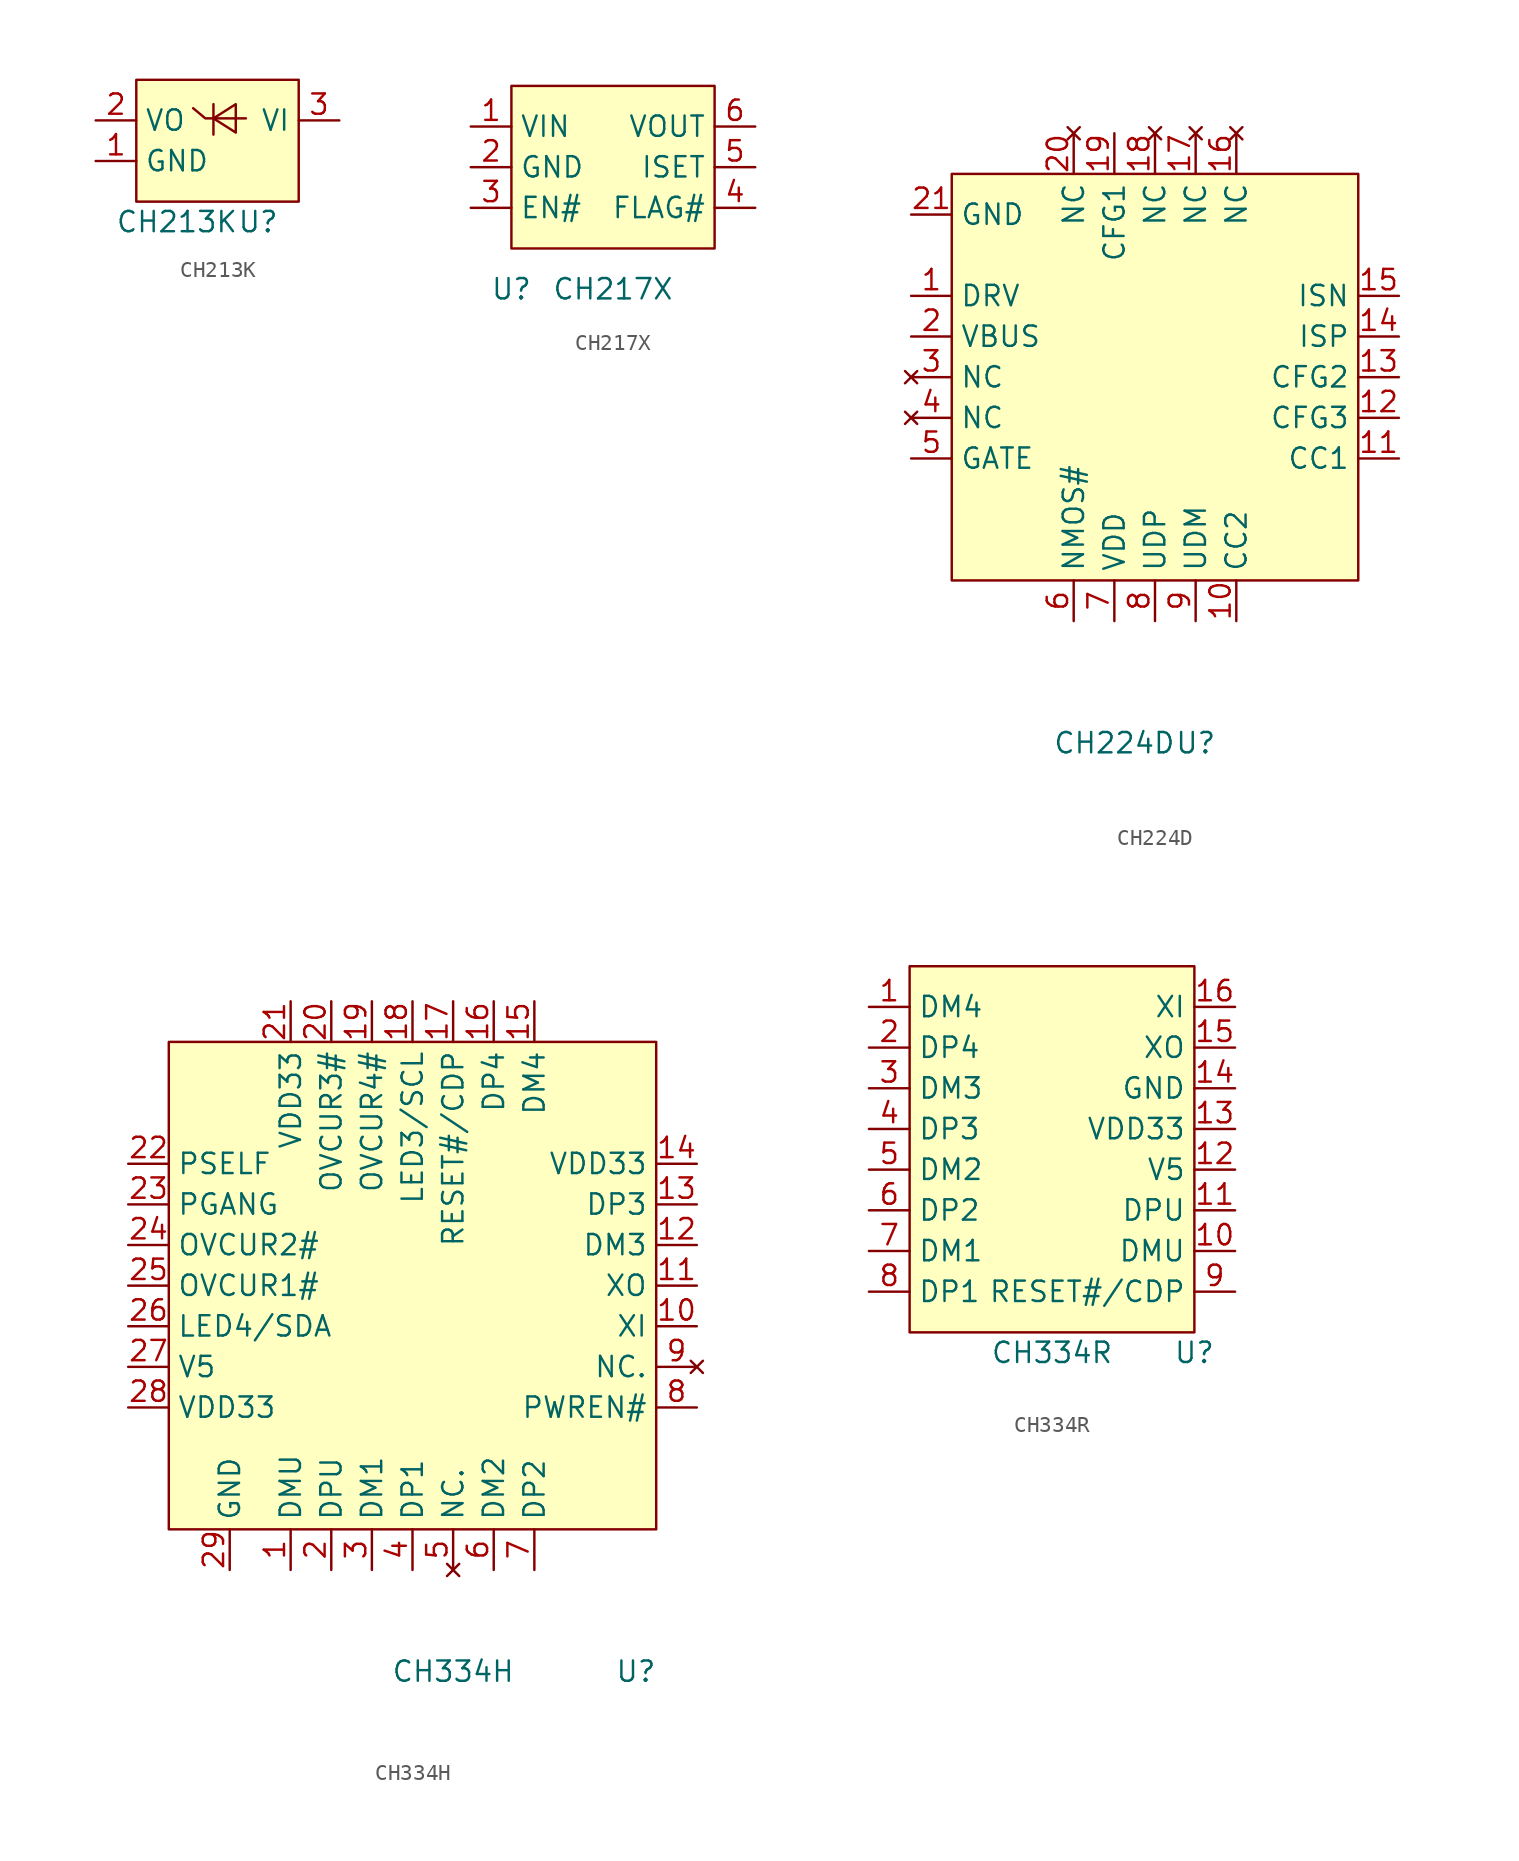
<source format=kicad_sym>
(kicad_symbol_lib
  (version 20220914)
  (generator kicad_symbol_editor)
  (symbol "CH213K"
    (property "Reference" "U"
      (at 2.54 -5.08 0)
      (effects (font (size 1.27 1.27))))
    (property "Value" "CH213K"
      (at -2.54 -5.08 0)
      (effects (font (size 1.27 1.27))))
    (symbol "CH213K_0_1"
      (polyline (pts (xy -0.254 2.286) (xy -0.254 0.381)) (stroke (width 0) (type default)) (fill (type none)))
      (polyline (pts (xy 1.778 1.397) (xy -0.762 1.397) (xy -1.524 2.032)) (stroke (width 0) (type default)) (fill (type none)))
      (polyline (pts (xy 1.143 2.286) (xy 1.143 0.508) (xy -0.254 1.397) (xy 1.143 2.286)) (stroke (width 0) (type default)) (fill (type none))))
    (symbol "CH213K_1_1"
      (rectangle (start -5.08 3.81) (end 5.08 -3.81) (stroke (width 0) (type default)) (fill (type background)))
      (pin power_in line (at -7.62 -1.27 0) (length 2.54) (name "GND" (effects (font (size 1.27 1.27)))) (number "1" (effects (font (size 1.27 1.27)))))
      (pin power_out line (at -7.62 1.27 0) (length 2.54) (name "VO" (effects (font (size 1.27 1.27)))) (number "2" (effects (font (size 1.27 1.27)))))
      (pin power_in line (at 7.62 1.27 180) (length 2.54) (name "VI" (effects (font (size 1.27 1.27)))) (number "3" (effects (font (size 1.27 1.27)))))))
  (symbol "CH217X"
    (property "Reference" "U"
      (at -6.35 0 0)
      (effects (font (size 1.27 1.27))))
    (property "Value" "CH217X"
      (at 0 0 0)
      (effects (font (size 1.27 1.27))))
    (symbol "CH217X_0_1"
      (rectangle (start -6.35 12.7) (end 6.35 2.54) (stroke (width 0) (type default)) (fill (type background))))
    (symbol "CH217X_1_1"
      (pin power_in line (at -8.89 10.16 0) (length 2.54) (name "VIN" (effects (font (size 1.27 1.27)))) (number "1" (effects (font (size 1.27 1.27)))))
      (pin power_in line (at -8.89 7.62 0) (length 2.54) (name "GND" (effects (font (size 1.27 1.27)))) (number "2" (effects (font (size 1.27 1.27)))))
      (pin input line (at -8.89 5.08 0) (length 2.54) (name "EN#" (effects (font (size 1.27 1.27)))) (number "3" (effects (font (size 1.27 1.27)))))
      (pin output line (at 8.89 5.08 180) (length 2.54) (name "FLAG#" (effects (font (size 1.27 1.27)))) (number "4" (effects (font (size 1.27 1.27)))))
      (pin bidirectional line (at 8.89 7.62 180) (length 2.54) (name "ISET" (effects (font (size 1.27 1.27)))) (number "5" (effects (font (size 1.27 1.27)))))
      (pin power_out line (at 8.89 10.16 180) (length 2.54) (name "VOUT" (effects (font (size 1.27 1.27)))) (number "6" (effects (font (size 1.27 1.27)))))))
  (symbol "CH224D"
    (property "Reference" "U"
      (at 2.54 -22.86 0)
      (effects (font (size 1.27 1.27))))
    (property "Value" "CH224D"
      (at -2.54 -22.86 0)
      (effects (font (size 1.27 1.27))))
    (symbol "CH224D_0_1"
      (rectangle (start -12.7 12.7) (end 12.7 -12.7) (stroke (width 0) (type default)) (fill (type background))))
    (symbol "CH224D_1_1"
      (pin output line (at -15.24 5.08 0) (length 2.54) (name "DRV" (effects (font (size 1.27 1.27)))) (number "1" (effects (font (size 1.27 1.27)))))
      (pin bidirectional line (at 5.08 -15.24 90) (length 2.54) (name "CC2" (effects (font (size 1.27 1.27)))) (number "10" (effects (font (size 1.27 1.27)))))
      (pin bidirectional line (at 15.24 -5.08 180) (length 2.54) (name "CC1" (effects (font (size 1.27 1.27)))) (number "11" (effects (font (size 1.27 1.27)))))
      (pin input line (at 15.24 -2.54 180) (length 2.54) (name "CFG3" (effects (font (size 1.27 1.27)))) (number "12" (effects (font (size 1.27 1.27)))))
      (pin input line (at 15.24 0 180) (length 2.54) (name "CFG2" (effects (font (size 1.27 1.27)))) (number "13" (effects (font (size 1.27 1.27)))))
      (pin input line (at 15.24 2.54 180) (length 2.54) (name "ISP" (effects (font (size 1.27 1.27)))) (number "14" (effects (font (size 1.27 1.27)))))
      (pin input line (at 15.24 5.08 180) (length 2.54) (name "ISN" (effects (font (size 1.27 1.27)))) (number "15" (effects (font (size 1.27 1.27)))))
      (pin no_connect line (at 5.08 15.24 270) (length 2.54) (name "NC" (effects (font (size 1.27 1.27)))) (number "16" (effects (font (size 1.27 1.27)))))
      (pin no_connect line (at 2.54 15.24 270) (length 2.54) (name "NC" (effects (font (size 1.27 1.27)))) (number "17" (effects (font (size 1.27 1.27)))))
      (pin no_connect line (at 0 15.24 270) (length 2.54) (name "NC" (effects (font (size 1.27 1.27)))) (number "18" (effects (font (size 1.27 1.27)))))
      (pin input line (at -2.54 15.24 270) (length 2.54) (name "CFG1" (effects (font (size 1.27 1.27)))) (number "19" (effects (font (size 1.27 1.27)))))
      (pin power_in line (at -15.24 2.54 0) (length 2.54) (name "VBUS" (effects (font (size 1.27 1.27)))) (number "2" (effects (font (size 1.27 1.27)))))
      (pin no_connect line (at -5.08 15.24 270) (length 2.54) (name "NC" (effects (font (size 1.27 1.27)))) (number "20" (effects (font (size 1.27 1.27)))))
      (pin power_in line (at -15.24 10.16 0) (length 2.54) (name "GND" (effects (font (size 1.27 1.27)))) (number "21" (effects (font (size 1.27 1.27)))))
      (pin no_connect line (at -15.24 0 0) (length 2.54) (name "NC" (effects (font (size 1.27 1.27)))) (number "3" (effects (font (size 1.27 1.27)))))
      (pin no_connect line (at -15.24 -2.54 0) (length 2.54) (name "NC" (effects (font (size 1.27 1.27)))) (number "4" (effects (font (size 1.27 1.27)))))
      (pin output line (at -15.24 -5.08 0) (length 2.54) (name "GATE" (effects (font (size 1.27 1.27)))) (number "5" (effects (font (size 1.27 1.27)))))
      (pin input line (at -5.08 -15.24 90) (length 2.54) (name "NMOS#" (effects (font (size 1.27 1.27)))) (number "6" (effects (font (size 1.27 1.27)))))
      (pin power_out line (at -2.54 -15.24 90) (length 2.54) (name "VDD" (effects (font (size 1.27 1.27)))) (number "7" (effects (font (size 1.27 1.27)))))
      (pin bidirectional line (at 0 -15.24 90) (length 2.54) (name "UDP" (effects (font (size 1.27 1.27)))) (number "8" (effects (font (size 1.27 1.27)))))
      (pin bidirectional line (at 2.54 -15.24 90) (length 2.54) (name "UDM" (effects (font (size 1.27 1.27)))) (number "9" (effects (font (size 1.27 1.27)))))))
  (symbol "CH334H"
    (property "Reference" "U"
      (at 13.97 -24.13 0)
      (effects (font (size 1.27 1.27))))
    (property "Value" "CH334H"
      (at 2.54 -24.13 0)
      (effects (font (size 1.27 1.27))))
    (symbol "CH334H_0_1"
      (rectangle (start -15.24 15.24) (end 15.24 -15.24) (stroke (width 0) (type default)) (fill (type background))))
    (symbol "CH334H_1_1"
      (pin bidirectional line (at -7.62 -17.78 90) (length 2.54) (name "DMU" (effects (font (size 1.27 1.27)))) (number "1" (effects (font (size 1.27 1.27)))))
      (pin input line (at 17.78 -2.54 180) (length 2.54) (name "XI" (effects (font (size 1.27 1.27)))) (number "10" (effects (font (size 1.27 1.27)))))
      (pin output line (at 17.78 0 180) (length 2.54) (name "XO" (effects (font (size 1.27 1.27)))) (number "11" (effects (font (size 1.27 1.27)))))
      (pin bidirectional line (at 17.78 2.54 180) (length 2.54) (name "DM3" (effects (font (size 1.27 1.27)))) (number "12" (effects (font (size 1.27 1.27)))))
      (pin bidirectional line (at 17.78 5.08 180) (length 2.54) (name "DP3" (effects (font (size 1.27 1.27)))) (number "13" (effects (font (size 1.27 1.27)))))
      (pin power_in line (at 17.78 7.62 180) (length 2.54) (name "VDD33" (effects (font (size 1.27 1.27)))) (number "14" (effects (font (size 1.27 1.27)))))
      (pin bidirectional line (at 7.62 17.78 270) (length 2.54) (name "DM4" (effects (font (size 1.27 1.27)))) (number "15" (effects (font (size 1.27 1.27)))))
      (pin bidirectional line (at 5.08 17.78 270) (length 2.54) (name "DP4" (effects (font (size 1.27 1.27)))) (number "16" (effects (font (size 1.27 1.27)))))
      (pin bidirectional line (at 2.54 17.78 270) (length 2.54) (name "RESET#/CDP" (effects (font (size 1.27 1.27)))) (number "17" (effects (font (size 1.27 1.27)))))
      (pin bidirectional line (at 0 17.78 270) (length 2.54) (name "LED3/SCL" (effects (font (size 1.27 1.27)))) (number "18" (effects (font (size 1.27 1.27)))))
      (pin bidirectional line (at -2.54 17.78 270) (length 2.54) (name "OVCUR4#" (effects (font (size 1.27 1.27)))) (number "19" (effects (font (size 1.27 1.27)))))
      (pin bidirectional line (at -5.08 -17.78 90) (length 2.54) (name "DPU" (effects (font (size 1.27 1.27)))) (number "2" (effects (font (size 1.27 1.27)))))
      (pin bidirectional line (at -5.08 17.78 270) (length 2.54) (name "OVCUR3#" (effects (font (size 1.27 1.27)))) (number "20" (effects (font (size 1.27 1.27)))))
      (pin power_in line (at -7.62 17.78 270) (length 2.54) (name "VDD33" (effects (font (size 1.27 1.27)))) (number "21" (effects (font (size 1.27 1.27)))))
      (pin input line (at -17.78 7.62 0) (length 2.54) (name "PSELF" (effects (font (size 1.27 1.27)))) (number "22" (effects (font (size 1.27 1.27)))))
      (pin bidirectional line (at -17.78 5.08 0) (length 2.54) (name "PGANG" (effects (font (size 1.27 1.27)))) (number "23" (effects (font (size 1.27 1.27)))))
      (pin input line (at -17.78 2.54 0) (length 2.54) (name "OVCUR2#" (effects (font (size 1.27 1.27)))) (number "24" (effects (font (size 1.27 1.27)))))
      (pin input line (at -17.78 0 0) (length 2.54) (name "OVCUR1#" (effects (font (size 1.27 1.27)))) (number "25" (effects (font (size 1.27 1.27)))))
      (pin bidirectional line (at -17.78 -2.54 0) (length 2.54) (name "LED4/SDA" (effects (font (size 1.27 1.27)))) (number "26" (effects (font (size 1.27 1.27)))))
      (pin power_in line (at -17.78 -5.08 0) (length 2.54) (name "V5" (effects (font (size 1.27 1.27)))) (number "27" (effects (font (size 1.27 1.27)))))
      (pin power_in line (at -17.78 -7.62 0) (length 2.54) (name "VDD33" (effects (font (size 1.27 1.27)))) (number "28" (effects (font (size 1.27 1.27)))))
      (pin power_in line (at -11.43 -17.78 90) (length 2.54) (name "GND" (effects (font (size 1.27 1.27)))) (number "29" (effects (font (size 1.27 1.27)))))
      (pin bidirectional line (at -2.54 -17.78 90) (length 2.54) (name "DM1" (effects (font (size 1.27 1.27)))) (number "3" (effects (font (size 1.27 1.27)))))
      (pin bidirectional line (at 0 -17.78 90) (length 2.54) (name "DP1" (effects (font (size 1.27 1.27)))) (number "4" (effects (font (size 1.27 1.27)))))
      (pin no_connect line (at 2.54 -17.78 90) (length 2.54) (name "NC." (effects (font (size 1.27 1.27)))) (number "5" (effects (font (size 1.27 1.27)))))
      (pin bidirectional line (at 5.08 -17.78 90) (length 2.54) (name "DM2" (effects (font (size 1.27 1.27)))) (number "6" (effects (font (size 1.27 1.27)))))
      (pin bidirectional line (at 7.62 -17.78 90) (length 2.54) (name "DP2" (effects (font (size 1.27 1.27)))) (number "7" (effects (font (size 1.27 1.27)))))
      (pin output line (at 17.78 -7.62 180) (length 2.54) (name "PWREN#" (effects (font (size 1.27 1.27)))) (number "8" (effects (font (size 1.27 1.27)))))
      (pin no_connect line (at 17.78 -5.08 180) (length 2.54) (name "NC." (effects (font (size 1.27 1.27)))) (number "9" (effects (font (size 1.27 1.27)))))))
  (symbol "CH334R"
    (property "Reference" "U"
      (at 8.89 -12.7 0)
      (effects (font (size 1.27 1.27))))
    (property "Value" "CH334R"
      (at 0 -12.7 0)
      (effects (font (size 1.27 1.27))))
    (symbol "CH334R_0_1"
      (rectangle (start -8.89 11.43) (end 8.89 -11.43) (stroke (width 0) (type default)) (fill (type background))))
    (symbol "CH334R_1_1"
      (pin bidirectional line (at -11.43 8.89 0) (length 2.54) (name "DM4" (effects (font (size 1.27 1.27)))) (number "1" (effects (font (size 1.27 1.27)))))
      (pin bidirectional line (at 11.43 -6.35 180) (length 2.54) (name "DMU" (effects (font (size 1.27 1.27)))) (number "10" (effects (font (size 1.27 1.27)))))
      (pin bidirectional line (at 11.43 -3.81 180) (length 2.54) (name "DPU" (effects (font (size 1.27 1.27)))) (number "11" (effects (font (size 1.27 1.27)))))
      (pin power_in line (at 11.43 -1.27 180) (length 2.54) (name "V5" (effects (font (size 1.27 1.27)))) (number "12" (effects (font (size 1.27 1.27)))))
      (pin power_in line (at 11.43 1.27 180) (length 2.54) (name "VDD33" (effects (font (size 1.27 1.27)))) (number "13" (effects (font (size 1.27 1.27)))))
      (pin power_in line (at 11.43 3.81 180) (length 2.54) (name "GND" (effects (font (size 1.27 1.27)))) (number "14" (effects (font (size 1.27 1.27)))))
      (pin passive line (at 11.43 6.35 180) (length 2.54) (name "XO" (effects (font (size 1.27 1.27)))) (number "15" (effects (font (size 1.27 1.27)))))
      (pin passive line (at 11.43 8.89 180) (length 2.54) (name "XI" (effects (font (size 1.27 1.27)))) (number "16" (effects (font (size 1.27 1.27)))))
      (pin bidirectional line (at -11.43 6.35 0) (length 2.54) (name "DP4" (effects (font (size 1.27 1.27)))) (number "2" (effects (font (size 1.27 1.27)))))
      (pin bidirectional line (at -11.43 3.81 0) (length 2.54) (name "DM3" (effects (font (size 1.27 1.27)))) (number "3" (effects (font (size 1.27 1.27)))))
      (pin bidirectional line (at -11.43 1.27 0) (length 2.54) (name "DP3" (effects (font (size 1.27 1.27)))) (number "4" (effects (font (size 1.27 1.27)))))
      (pin bidirectional line (at -11.43 -1.27 0) (length 2.54) (name "DM2" (effects (font (size 1.27 1.27)))) (number "5" (effects (font (size 1.27 1.27)))))
      (pin bidirectional line (at -11.43 -3.81 0) (length 2.54) (name "DP2" (effects (font (size 1.27 1.27)))) (number "6" (effects (font (size 1.27 1.27)))))
      (pin bidirectional line (at -11.43 -6.35 0) (length 2.54) (name "DM1" (effects (font (size 1.27 1.27)))) (number "7" (effects (font (size 1.27 1.27)))))
      (pin bidirectional line (at -11.43 -8.89 0) (length 2.54) (name "DP1" (effects (font (size 1.27 1.27)))) (number "8" (effects (font (size 1.27 1.27)))))
      (pin bidirectional line (at 11.43 -8.89 180) (length 2.54) (name "RESET#/CDP" (effects (font (size 1.27 1.27)))) (number "9" (effects (font (size 1.27 1.27))))))))
</source>
